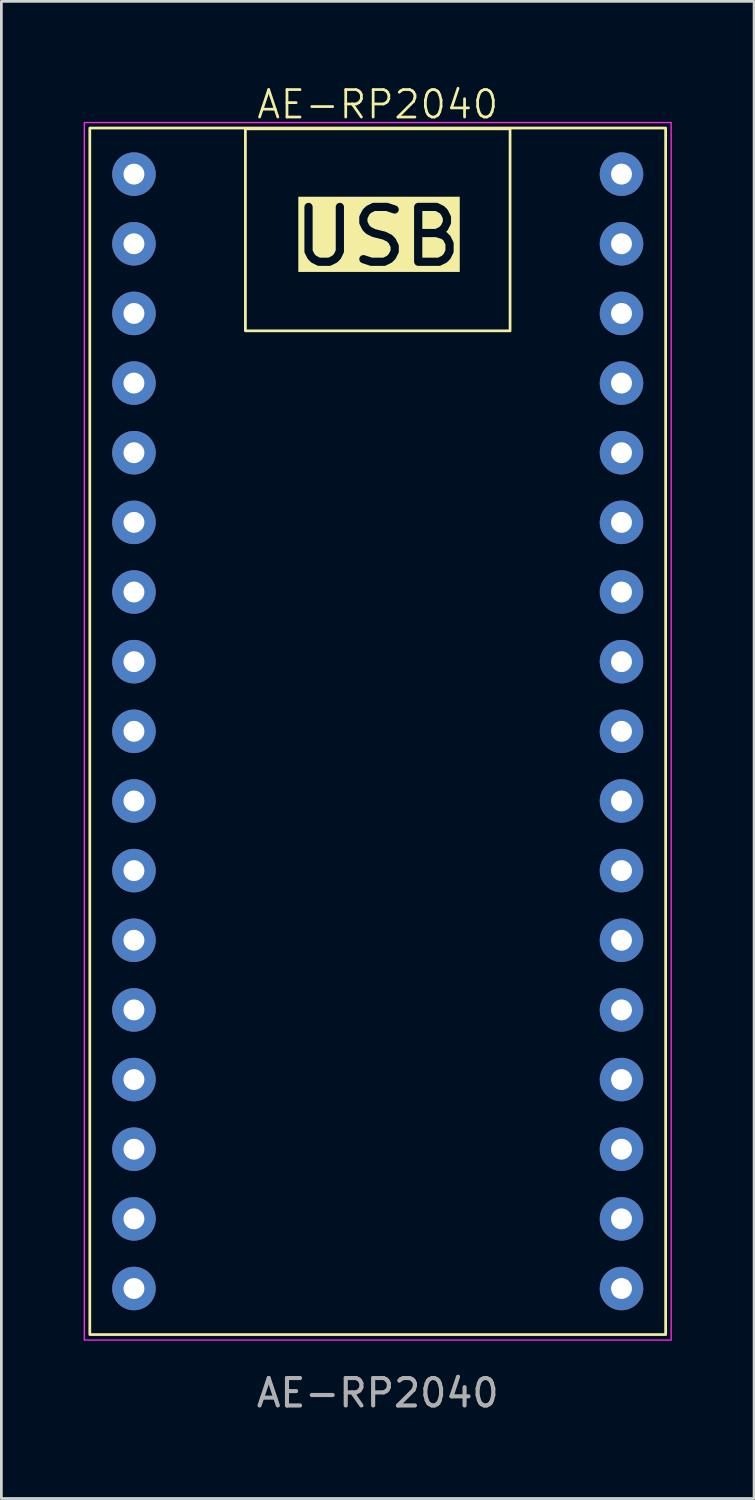
<source format=kicad_pcb>
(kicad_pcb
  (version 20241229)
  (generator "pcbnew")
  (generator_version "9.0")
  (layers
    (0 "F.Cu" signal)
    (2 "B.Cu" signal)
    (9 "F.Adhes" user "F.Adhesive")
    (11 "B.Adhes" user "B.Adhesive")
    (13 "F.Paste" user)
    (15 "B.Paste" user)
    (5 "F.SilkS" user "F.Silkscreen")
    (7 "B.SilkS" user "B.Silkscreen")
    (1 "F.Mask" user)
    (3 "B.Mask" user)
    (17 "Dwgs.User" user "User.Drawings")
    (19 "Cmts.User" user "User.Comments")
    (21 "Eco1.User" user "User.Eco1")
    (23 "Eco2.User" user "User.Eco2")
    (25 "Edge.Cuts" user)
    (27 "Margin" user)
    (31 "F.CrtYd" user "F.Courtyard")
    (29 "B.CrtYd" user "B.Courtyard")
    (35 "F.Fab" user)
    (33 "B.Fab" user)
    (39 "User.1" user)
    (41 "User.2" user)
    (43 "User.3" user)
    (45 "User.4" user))
  (footprint "AE-RP2040"
    (layer "F.Cu")
    (at 10.725 23.62)
    (property "Reference" "AE-RP2040" (at 0 -22.86 0) (unlocked yes) (layer "F.SilkS") (effects (font (size 1 1) (thickness 0.1))))
    (attr through_hole)
    (fp_rect (start -10.5 -22) (end 10.5 22) (stroke (width 0.1) (type default)) (fill no) (layer "F.SilkS"))
    (fp_rect (start -4.826 -21.971) (end 4.826 -14.605) (stroke (width 0.1) (type default)) (fill no) (layer "F.SilkS"))
    (fp_rect (start -10.7 -22.2) (end 10.7 22.2) (stroke (width 0.05) (type default)) (fill no) (layer "F.CrtYd"))
    (fp_text user "USB" (at 0 -18.034 0) (unlocked yes) (layer "F.SilkS" knockout) (effects (font (size 2 2) (thickness 0.3))))
    (fp_text user "${REFERENCE}" (at 0 24.13 0) (unlocked yes) (layer "F.Fab") (effects (font (size 1 1) (thickness 0.15))))
    (pad "1" thru_hole circle (at -8.89 -20.32) (size 1.587 1.587) (drill 0.762) (layers "*.Cu" "*.Mask"))
    (pad "2" thru_hole circle (at -8.89 -17.78) (size 1.587 1.587) (drill 0.762) (layers "*.Cu" "*.Mask"))
    (pad "3" thru_hole circle (at -8.89 -15.24) (size 1.587 1.587) (drill 0.762) (layers "*.Cu" "*.Mask"))
    (pad "4" thru_hole circle (at -8.89 -12.7) (size 1.587 1.587) (drill 0.762) (layers "*.Cu" "*.Mask"))
    (pad "5" thru_hole circle (at -8.89 -10.16) (size 1.587 1.587) (drill 0.762) (layers "*.Cu" "*.Mask"))
    (pad "6" thru_hole circle (at -8.89 -7.62) (size 1.587 1.587) (drill 0.762) (layers "*.Cu" "*.Mask"))
    (pad "7" thru_hole circle (at -8.89 -5.08) (size 1.587 1.587) (drill 0.762) (layers "*.Cu" "*.Mask"))
    (pad "8" thru_hole circle (at -8.89 -2.54) (size 1.587 1.587) (drill 0.762) (layers "*.Cu" "*.Mask"))
    (pad "9" thru_hole circle (at -8.89 0) (size 1.587 1.587) (drill 0.762) (layers "*.Cu" "*.Mask"))
    (pad "10" thru_hole circle (at -8.89 2.54) (size 1.587 1.587) (drill 0.762) (layers "*.Cu" "*.Mask"))
    (pad "11" thru_hole circle (at -8.89 5.08) (size 1.587 1.587) (drill 0.762) (layers "*.Cu" "*.Mask"))
    (pad "12" thru_hole circle (at -8.89 7.62) (size 1.587 1.587) (drill 0.762) (layers "*.Cu" "*.Mask"))
    (pad "13" thru_hole circle (at -8.89 10.16) (size 1.587 1.587) (drill 0.762) (layers "*.Cu" "*.Mask"))
    (pad "14" thru_hole circle (at -8.89 12.7) (size 1.587 1.587) (drill 0.762) (layers "*.Cu" "*.Mask"))
    (pad "15" thru_hole circle (at -8.89 15.24) (size 1.587 1.587) (drill 0.762) (layers "*.Cu" "*.Mask"))
    (pad "16" thru_hole circle (at -8.89 17.78) (size 1.587 1.587) (drill 0.762) (layers "*.Cu" "*.Mask"))
    (pad "17" thru_hole circle (at -8.89 20.32) (size 1.587 1.587) (drill 0.762) (layers "*.Cu" "*.Mask"))
    (pad "18" thru_hole circle (at 8.89 20.32) (size 1.587 1.587) (drill 0.762) (layers "*.Cu" "*.Mask"))
    (pad "19" thru_hole circle (at 8.89 17.78) (size 1.587 1.587) (drill 0.762) (layers "*.Cu" "*.Mask"))
    (pad "20" thru_hole circle (at 8.89 15.24) (size 1.587 1.587) (drill 0.762) (layers "*.Cu" "*.Mask"))
    (pad "21" thru_hole circle (at 8.89 12.7) (size 1.587 1.587) (drill 0.762) (layers "*.Cu" "*.Mask"))
    (pad "22" thru_hole circle (at 8.89 10.16) (size 1.587 1.587) (drill 0.762) (layers "*.Cu" "*.Mask"))
    (pad "23" thru_hole circle (at 8.89 7.62) (size 1.587 1.587) (drill 0.762) (layers "*.Cu" "*.Mask"))
    (pad "24" thru_hole circle (at 8.89 5.08) (size 1.587 1.587) (drill 0.762) (layers "*.Cu" "*.Mask"))
    (pad "25" thru_hole circle (at 8.89 2.54) (size 1.587 1.587) (drill 0.762) (layers "*.Cu" "*.Mask"))
    (pad "26" thru_hole circle (at 8.89 0) (size 1.587 1.587) (drill 0.762) (layers "*.Cu" "*.Mask"))
    (pad "27" thru_hole circle (at 8.89 -2.54) (size 1.587 1.587) (drill 0.762) (layers "*.Cu" "*.Mask"))
    (pad "28" thru_hole circle (at 8.89 -5.08) (size 1.587 1.587) (drill 0.762) (layers "*.Cu" "*.Mask"))
    (pad "29" thru_hole circle (at 8.89 -7.62) (size 1.587 1.587) (drill 0.762) (layers "*.Cu" "*.Mask"))
    (pad "30" thru_hole circle (at 8.89 -10.16) (size 1.587 1.587) (drill 0.762) (layers "*.Cu" "*.Mask"))
    (pad "31" thru_hole circle (at 8.89 -12.7) (size 1.587 1.587) (drill 0.762) (layers "*.Cu" "*.Mask"))
    (pad "32" thru_hole circle (at 8.89 -15.24) (size 1.587 1.587) (drill 0.762) (layers "*.Cu" "*.Mask"))
    (pad "33" thru_hole circle (at 8.89 -17.78) (size 1.587 1.587) (drill 0.762) (layers "*.Cu" "*.Mask"))
    (pad "34" thru_hole circle (at 8.89 -20.32) (size 1.587 1.587) (drill 0.762) (layers "*.Cu" "*.Mask")))
  (gr_rect
    (start -3 -3)
    (end 24.45 51.599)
    (stroke (width 0.1) (type default))
    (fill no)
    (layer "Edge.Cuts")))
</source>
